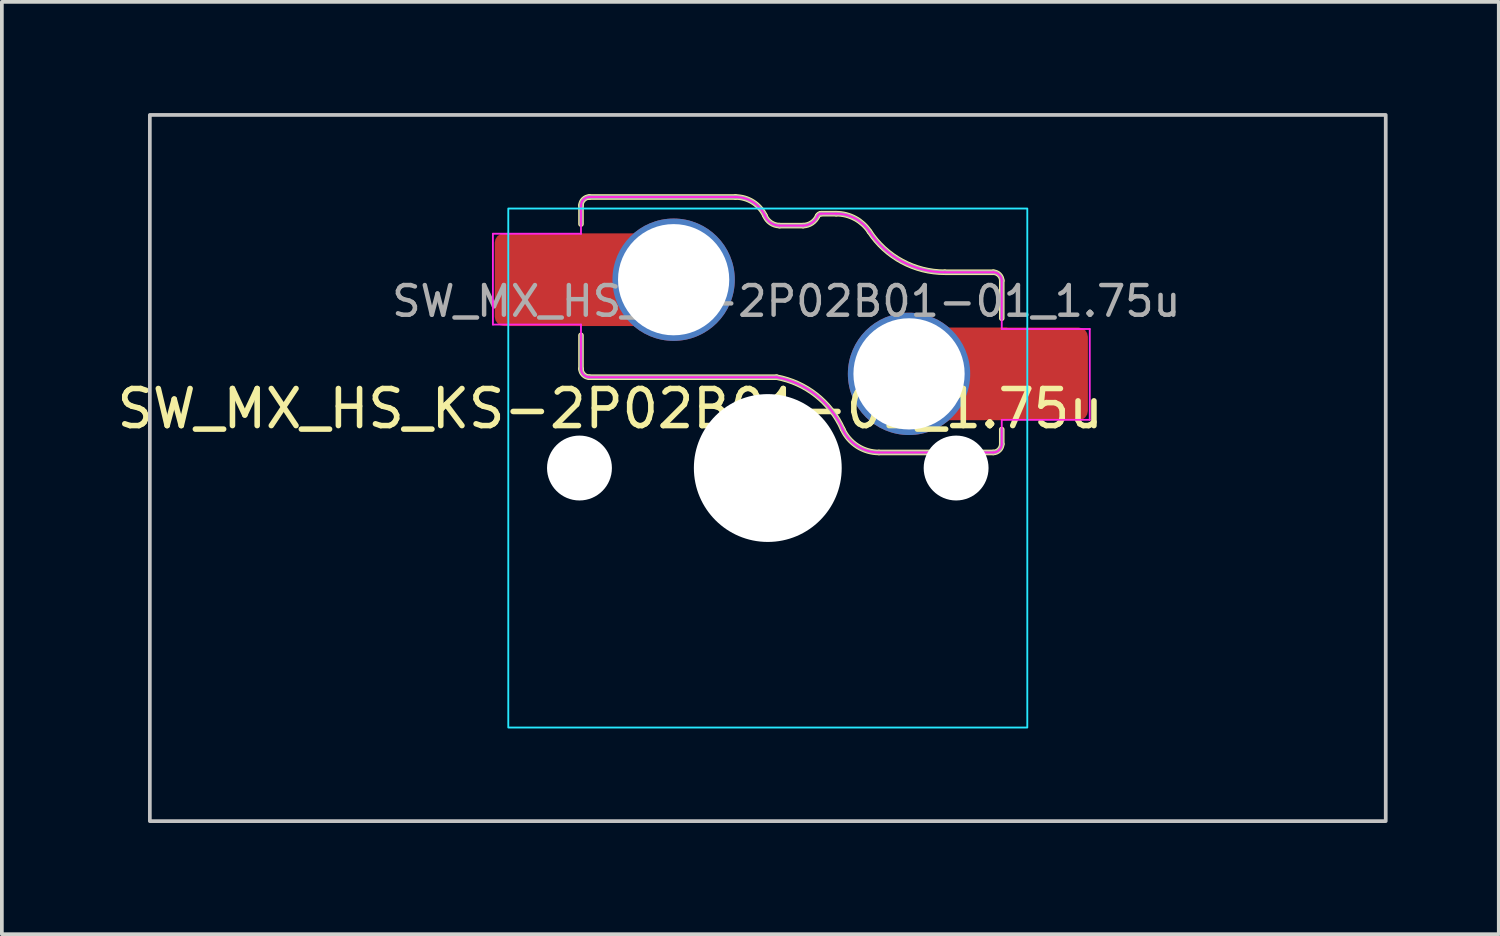
<source format=kicad_pcb>
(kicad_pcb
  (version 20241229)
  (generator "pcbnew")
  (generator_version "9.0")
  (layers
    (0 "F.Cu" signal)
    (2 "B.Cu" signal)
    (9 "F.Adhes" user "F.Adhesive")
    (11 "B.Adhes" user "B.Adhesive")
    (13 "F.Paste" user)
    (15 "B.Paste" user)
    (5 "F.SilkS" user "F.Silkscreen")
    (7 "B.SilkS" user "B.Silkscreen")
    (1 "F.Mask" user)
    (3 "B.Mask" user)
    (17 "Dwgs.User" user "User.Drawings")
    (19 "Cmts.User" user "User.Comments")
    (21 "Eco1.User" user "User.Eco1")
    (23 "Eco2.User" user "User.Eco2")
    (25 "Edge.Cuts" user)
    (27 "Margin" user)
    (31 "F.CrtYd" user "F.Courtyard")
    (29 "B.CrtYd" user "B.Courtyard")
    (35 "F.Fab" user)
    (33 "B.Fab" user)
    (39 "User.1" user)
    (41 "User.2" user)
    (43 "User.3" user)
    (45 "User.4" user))
  (footprint "SW_MX_HS_KS-2P02B01-01_1.75u"
    (layer "F.Cu")
    (at 17.661 9.575)
    (property "Reference" "SW_MX_HS_KS-2P02B01-01_1.75u" (at -4.25 -1.6 0) (layer "F.SilkS") (effects (font (size 1 1) (thickness 0.15))))
    (attr smd)
    (fp_line (start -5.039 -7.086) (end -5.039 -6.58) (stroke (width 0.15) (type solid)) (layer "F.SilkS"))
    (fp_line (start -5.039 -2.675) (end -5.039 -3.58) (stroke (width 0.15) (type solid)) (layer "F.SilkS"))
    (fp_line (start -4.814 -2.45) (end 0.239 -2.45) (stroke (width 0.15) (type solid)) (layer "F.SilkS"))
    (fp_line (start -0.871 -7.311) (end -4.814 -7.311) (stroke (width 0.15) (type solid)) (layer "F.SilkS"))
    (fp_line (start 0.954 -6.539) (end 0.316 -6.539) (stroke (width 0.15) (type solid)) (layer "F.SilkS"))
    (fp_line (start 1.437 -6.861) (end 1.846 -6.861) (stroke (width 0.15) (type solid)) (layer "F.SilkS"))
    (fp_line (start 2.997 -0.42) (end 6.086 -0.42) (stroke (width 0.15) (type solid)) (layer "F.SilkS"))
    (fp_line (start 6.086 -5.281) (end 4.775 -5.281) (stroke (width 0.15) (type solid)) (layer "F.SilkS"))
    (fp_line (start 6.311 -5.056) (end 6.311 -4.04) (stroke (width 0.15) (type solid)) (layer "F.SilkS"))
    (fp_line (start 6.311 -0.645) (end 6.311 -1.04) (stroke (width 0.15) (type solid)) (layer "F.SilkS"))
    (fp_arc (start -0.870659 -7.311006) (mid -0.404802 -7.177082) (end -0.081188 -6.816204) (stroke (width 0.15) (type solid)) (layer "F.SilkS"))
    (fp_arc (start 0.239066 -2.449741) (mid 1.301345 -1.970299) (end 2.018091 -1.051291) (stroke (width 0.15) (type solid)) (layer "F.SilkS"))
    (fp_arc (start 0.316284 -6.539103) (mid 0.075462 -6.617285) (end -0.081188 -6.816204) (stroke (width 0.15) (type solid)) (layer "F.SilkS"))
    (fp_arc (start 1.344869 -6.800882) (mid 1.1877 -6.612605) (end 0.953718 -6.539103) (stroke (width 0.15) (type solid)) (layer "F.SilkS"))
    (fp_arc (start 1.344869 -6.800882) (mid 1.381745 -6.844643) (end 1.436576 -6.861005) (stroke (width 0.15) (type solid)) (layer "F.SilkS"))
    (fp_arc (start 1.845965 -6.860996) (mid 2.356288 -6.732106) (end 2.744226 -6.376372) (stroke (width 0.15) (type solid)) (layer "F.SilkS"))
    (fp_arc (start 2.997274 -0.419747) (mid 2.414853 -0.591219) (end 2.018265 -1.05093) (stroke (width 0.15) (type solid)) (layer "F.SilkS"))
    (fp_arc (start 4.774564 -5.281006) (mid 3.62108 -5.572312) (end 2.744226 -6.376372) (stroke (width 0.15) (type solid)) (layer "F.SilkS"))
    (fp_curve (pts (xy -5.039 -2.675) (xy -5.039 -2.557) (xy -4.932 -2.45) (xy -4.814 -2.45)) (stroke (width 0.15) (type solid)) (layer "F.SilkS"))
    (fp_curve (pts (xy -4.814 -7.311) (xy -4.932 -7.311) (xy -5.039 -7.204) (xy -5.039 -7.086)) (stroke (width 0.15) (type solid)) (layer "F.SilkS"))
    (fp_curve (pts (xy 6.086 -0.42) (xy 6.203 -0.42) (xy 6.311 -0.527) (xy 6.311 -0.645)) (stroke (width 0.15) (type solid)) (layer "F.SilkS"))
    (fp_curve (pts (xy 6.311 -5.056) (xy 6.311 -5.174) (xy 6.203 -5.281) (xy 6.086 -5.281)) (stroke (width 0.15) (type solid)) (layer "F.SilkS"))
    (fp_rect (start -16.669 -9.525) (end 16.669 9.525) (stroke (width 0.1) (type default)) (fill no) (layer "Dwgs.User"))
    (fp_line (start -7 -6.5) (end -7 6.5) (stroke (width 0.05) (type solid)) (layer "Eco2.User"))
    (fp_line (start -6.5 7) (end 6.5 7) (stroke (width 0.05) (type solid)) (layer "Eco2.User"))
    (fp_line (start 6.5 -7) (end -6.5 -7) (stroke (width 0.05) (type solid)) (layer "Eco2.User"))
    (fp_line (start 7 6.5) (end 7 -6.5) (stroke (width 0.05) (type solid)) (layer "Eco2.User"))
    (fp_arc (start -7 -6.5) (mid -6.853553 -6.853553) (end -6.5 -7) (stroke (width 0.05) (type solid)) (layer "Eco2.User"))
    (fp_arc (start -6.497236 6.998884) (mid -6.850789 6.852437) (end -6.997236 6.498884) (stroke (width 0.05) (type solid)) (layer "Eco2.User"))
    (fp_arc (start 6.5 -7) (mid 6.853553 -6.853553) (end 7 -6.5) (stroke (width 0.05) (type solid)) (layer "Eco2.User"))
    (fp_arc (start 7 6.5) (mid 6.853553 6.853553) (end 6.5 7) (stroke (width 0.05) (type solid)) (layer "Eco2.User"))
    (fp_rect (start -7 -7) (end 7 7) (stroke (width 0.05) (type default)) (fill no) (layer "B.CrtYd"))
    (fp_line (start -7.415 -6.32) (end -5.039 -6.32) (stroke (width 0.05) (type solid)) (layer "F.CrtYd"))
    (fp_line (start -7.415 -3.87) (end -7.415 -6.32) (stroke (width 0.05) (type solid)) (layer "F.CrtYd"))
    (fp_line (start -5.039 -7.086) (end -5.039 -6.32) (stroke (width 0.05) (type solid)) (layer "F.CrtYd"))
    (fp_line (start -5.039 -3.87) (end -7.415 -3.87) (stroke (width 0.05) (type solid)) (layer "F.CrtYd"))
    (fp_line (start -5.039 -2.675) (end -5.039 -3.87) (stroke (width 0.05) (type solid)) (layer "F.CrtYd"))
    (fp_line (start -4.814 -2.45) (end 0.239 -2.45) (stroke (width 0.05) (type solid)) (layer "F.CrtYd"))
    (fp_line (start -0.871 -7.311) (end -4.814 -7.311) (stroke (width 0.05) (type solid)) (layer "F.CrtYd"))
    (fp_line (start 0.954 -6.539) (end 0.316 -6.539) (stroke (width 0.05) (type solid)) (layer "F.CrtYd"))
    (fp_line (start 1.437 -6.861) (end 1.846 -6.861) (stroke (width 0.05) (type solid)) (layer "F.CrtYd"))
    (fp_line (start 2.997 -0.42) (end 6.086 -0.42) (stroke (width 0.05) (type solid)) (layer "F.CrtYd"))
    (fp_line (start 6.086 -5.281) (end 4.775 -5.281) (stroke (width 0.05) (type solid)) (layer "F.CrtYd"))
    (fp_line (start 6.311 -5.056) (end 6.311 -3.75) (stroke (width 0.05) (type solid)) (layer "F.CrtYd"))
    (fp_line (start 6.311 -3.75) (end 8.685 -3.75) (stroke (width 0.05) (type solid)) (layer "F.CrtYd"))
    (fp_line (start 6.311 -0.645) (end 6.311 -1.3) (stroke (width 0.05) (type solid)) (layer "F.CrtYd"))
    (fp_line (start 8.685 -3.75) (end 8.685 -1.3) (stroke (width 0.05) (type solid)) (layer "F.CrtYd"))
    (fp_line (start 8.685 -1.3) (end 6.311 -1.3) (stroke (width 0.05) (type solid)) (layer "F.CrtYd"))
    (fp_arc (start -0.870659 -7.311006) (mid -0.404802 -7.177082) (end -0.081188 -6.816204) (stroke (width 0.05) (type solid)) (layer "F.CrtYd"))
    (fp_arc (start 0.239066 -2.449741) (mid 1.301345 -1.970299) (end 2.018091 -1.051291) (stroke (width 0.05) (type solid)) (layer "F.CrtYd"))
    (fp_arc (start 0.316284 -6.539103) (mid 0.075462 -6.617285) (end -0.081188 -6.816204) (stroke (width 0.05) (type solid)) (layer "F.CrtYd"))
    (fp_arc (start 1.344869 -6.800882) (mid 1.1877 -6.612605) (end 0.953718 -6.539103) (stroke (width 0.05) (type solid)) (layer "F.CrtYd"))
    (fp_arc (start 1.344869 -6.800882) (mid 1.381745 -6.844643) (end 1.436576 -6.861005) (stroke (width 0.05) (type solid)) (layer "F.CrtYd"))
    (fp_arc (start 1.845965 -6.860996) (mid 2.356288 -6.732106) (end 2.744226 -6.376372) (stroke (width 0.05) (type solid)) (layer "F.CrtYd"))
    (fp_arc (start 2.997274 -0.419747) (mid 2.414853 -0.591219) (end 2.018265 -1.05093) (stroke (width 0.05) (type solid)) (layer "F.CrtYd"))
    (fp_arc (start 4.774564 -5.281006) (mid 3.62108 -5.572312) (end 2.744226 -6.376372) (stroke (width 0.05) (type solid)) (layer "F.CrtYd"))
    (fp_curve (pts (xy -5.039 -2.675) (xy -5.039 -2.557) (xy -4.932 -2.45) (xy -4.814 -2.45)) (stroke (width 0.05) (type solid)) (layer "F.CrtYd"))
    (fp_curve (pts (xy -4.814 -7.311) (xy -4.932 -7.311) (xy -5.039 -7.204) (xy -5.039 -7.086)) (stroke (width 0.05) (type solid)) (layer "F.CrtYd"))
    (fp_curve (pts (xy 6.086 -0.42) (xy 6.203 -0.42) (xy 6.311 -0.527) (xy 6.311 -0.645)) (stroke (width 0.05) (type solid)) (layer "F.CrtYd"))
    (fp_curve (pts (xy 6.311 -5.056) (xy 6.311 -5.174) (xy 6.203 -5.281) (xy 6.086 -5.281)) (stroke (width 0.05) (type solid)) (layer "F.CrtYd"))
    (fp_line (start -5.039 -7.086) (end -5.039 -6.58) (stroke (width 0.1) (type solid)) (layer "F.Fab"))
    (fp_line (start -5.039 -2.675) (end -5.039 -3.58) (stroke (width 0.1) (type solid)) (layer "F.Fab"))
    (fp_line (start -4.814 -2.45) (end 0.239 -2.45) (stroke (width 0.1) (type solid)) (layer "F.Fab"))
    (fp_line (start -0.871 -7.311) (end -4.814 -7.311) (stroke (width 0.1) (type solid)) (layer "F.Fab"))
    (fp_line (start 0.954 -6.539) (end 0.316 -6.539) (stroke (width 0.1) (type solid)) (layer "F.Fab"))
    (fp_line (start 1.437 -6.861) (end 1.846 -6.861) (stroke (width 0.1) (type solid)) (layer "F.Fab"))
    (fp_line (start 2.997 -0.42) (end 6.086 -0.42) (stroke (width 0.1) (type solid)) (layer "F.Fab"))
    (fp_line (start 6.086 -5.281) (end 4.775 -5.281) (stroke (width 0.1) (type solid)) (layer "F.Fab"))
    (fp_line (start 6.311 -5.056) (end 6.311 -4.04) (stroke (width 0.1) (type solid)) (layer "F.Fab"))
    (fp_line (start 6.311 -0.645) (end 6.311 -1.04) (stroke (width 0.1) (type solid)) (layer "F.Fab"))
    (fp_arc (start -0.870659 -7.311006) (mid -0.404802 -7.177082) (end -0.081188 -6.816204) (stroke (width 0.1) (type solid)) (layer "F.Fab"))
    (fp_arc (start 0.239066 -2.449741) (mid 1.301345 -1.970299) (end 2.018091 -1.051291) (stroke (width 0.1) (type solid)) (layer "F.Fab"))
    (fp_arc (start 0.316284 -6.539103) (mid 0.075462 -6.617285) (end -0.081188 -6.816204) (stroke (width 0.1) (type solid)) (layer "F.Fab"))
    (fp_arc (start 1.344869 -6.800882) (mid 1.1877 -6.612605) (end 0.953718 -6.539103) (stroke (width 0.1) (type solid)) (layer "F.Fab"))
    (fp_arc (start 1.344869 -6.800882) (mid 1.381745 -6.844643) (end 1.436576 -6.861005) (stroke (width 0.1) (type solid)) (layer "F.Fab"))
    (fp_arc (start 1.845965 -6.860996) (mid 2.356288 -6.732106) (end 2.744226 -6.376372) (stroke (width 0.1) (type solid)) (layer "F.Fab"))
    (fp_arc (start 2.997274 -0.419747) (mid 2.414853 -0.591219) (end 2.018265 -1.05093) (stroke (width 0.1) (type solid)) (layer "F.Fab"))
    (fp_arc (start 4.774564 -5.281006) (mid 3.62108 -5.572312) (end 2.744226 -6.376372) (stroke (width 0.1) (type solid)) (layer "F.Fab"))
    (fp_curve (pts (xy -5.039 -2.675) (xy -5.039 -2.557) (xy -4.932 -2.45) (xy -4.814 -2.45)) (stroke (width 0.1) (type solid)) (layer "F.Fab"))
    (fp_curve (pts (xy -4.814 -7.311) (xy -4.932 -7.311) (xy -5.039 -7.204) (xy -5.039 -7.086)) (stroke (width 0.1) (type solid)) (layer "F.Fab"))
    (fp_curve (pts (xy 6.086 -0.42) (xy 6.203 -0.42) (xy 6.311 -0.527) (xy 6.311 -0.645)) (stroke (width 0.1) (type solid)) (layer "F.Fab"))
    (fp_curve (pts (xy 6.311 -5.056) (xy 6.311 -5.174) (xy 6.203 -5.281) (xy 6.086 -5.281)) (stroke (width 0.1) (type solid)) (layer "F.Fab"))
    (fp_text user "${REFERENCE}" (at 0.5 -4.5 0) (layer "F.Fab") (effects (font (size 0.8 0.8) (thickness 0.12))))
    (pad "" np_thru_hole circle (at -5.08 0) (size 1.75 1.75) (drill 1.75) (layers "*.Cu" "*.Mask"))
    (pad "" np_thru_hole circle (at 0 0) (size 3.988 3.988) (drill 3.988) (layers "*.Cu" "*.Mask"))
    (pad "" np_thru_hole circle (at 5.08 0) (size 1.75 1.75) (drill 1.75) (layers "*.Cu" "*.Mask"))
    (pad "1" thru_hole circle (at 3.81 -2.54) (size 3.3 3.3) (drill 3) (layers "*.Cu" "*.Mask"))
    (pad "1" smd rect (at 5.635 -2.54 180) (size 1.65 2.5) (layers "F.Cu"))
    (pad "1" smd roundrect (at 7.36 -2.54) (size 2.55 2.5) (layers "F.Cu" "F.Mask" "F.Paste") (roundrect_rratio 0.1))
    (pad "2" smd roundrect (at -6.09 -5.08) (size 2.55 2.5) (layers "F.Cu" "F.Mask" "F.Paste") (roundrect_rratio 0.1))
    (pad "2" smd rect (at -4.34 -5.08) (size 1.65 2.5) (layers "F.Cu"))
    (pad "2" thru_hole circle (at -2.54 -5.08) (size 3.3 3.3) (drill 3) (layers "*.Cu" "*.Mask")))
  (gr_rect
    (start -3 -3)
    (end 37.379 22.15)
    (stroke (width 0.1) (type default))
    (fill no)
    (layer "Edge.Cuts")))
</source>
